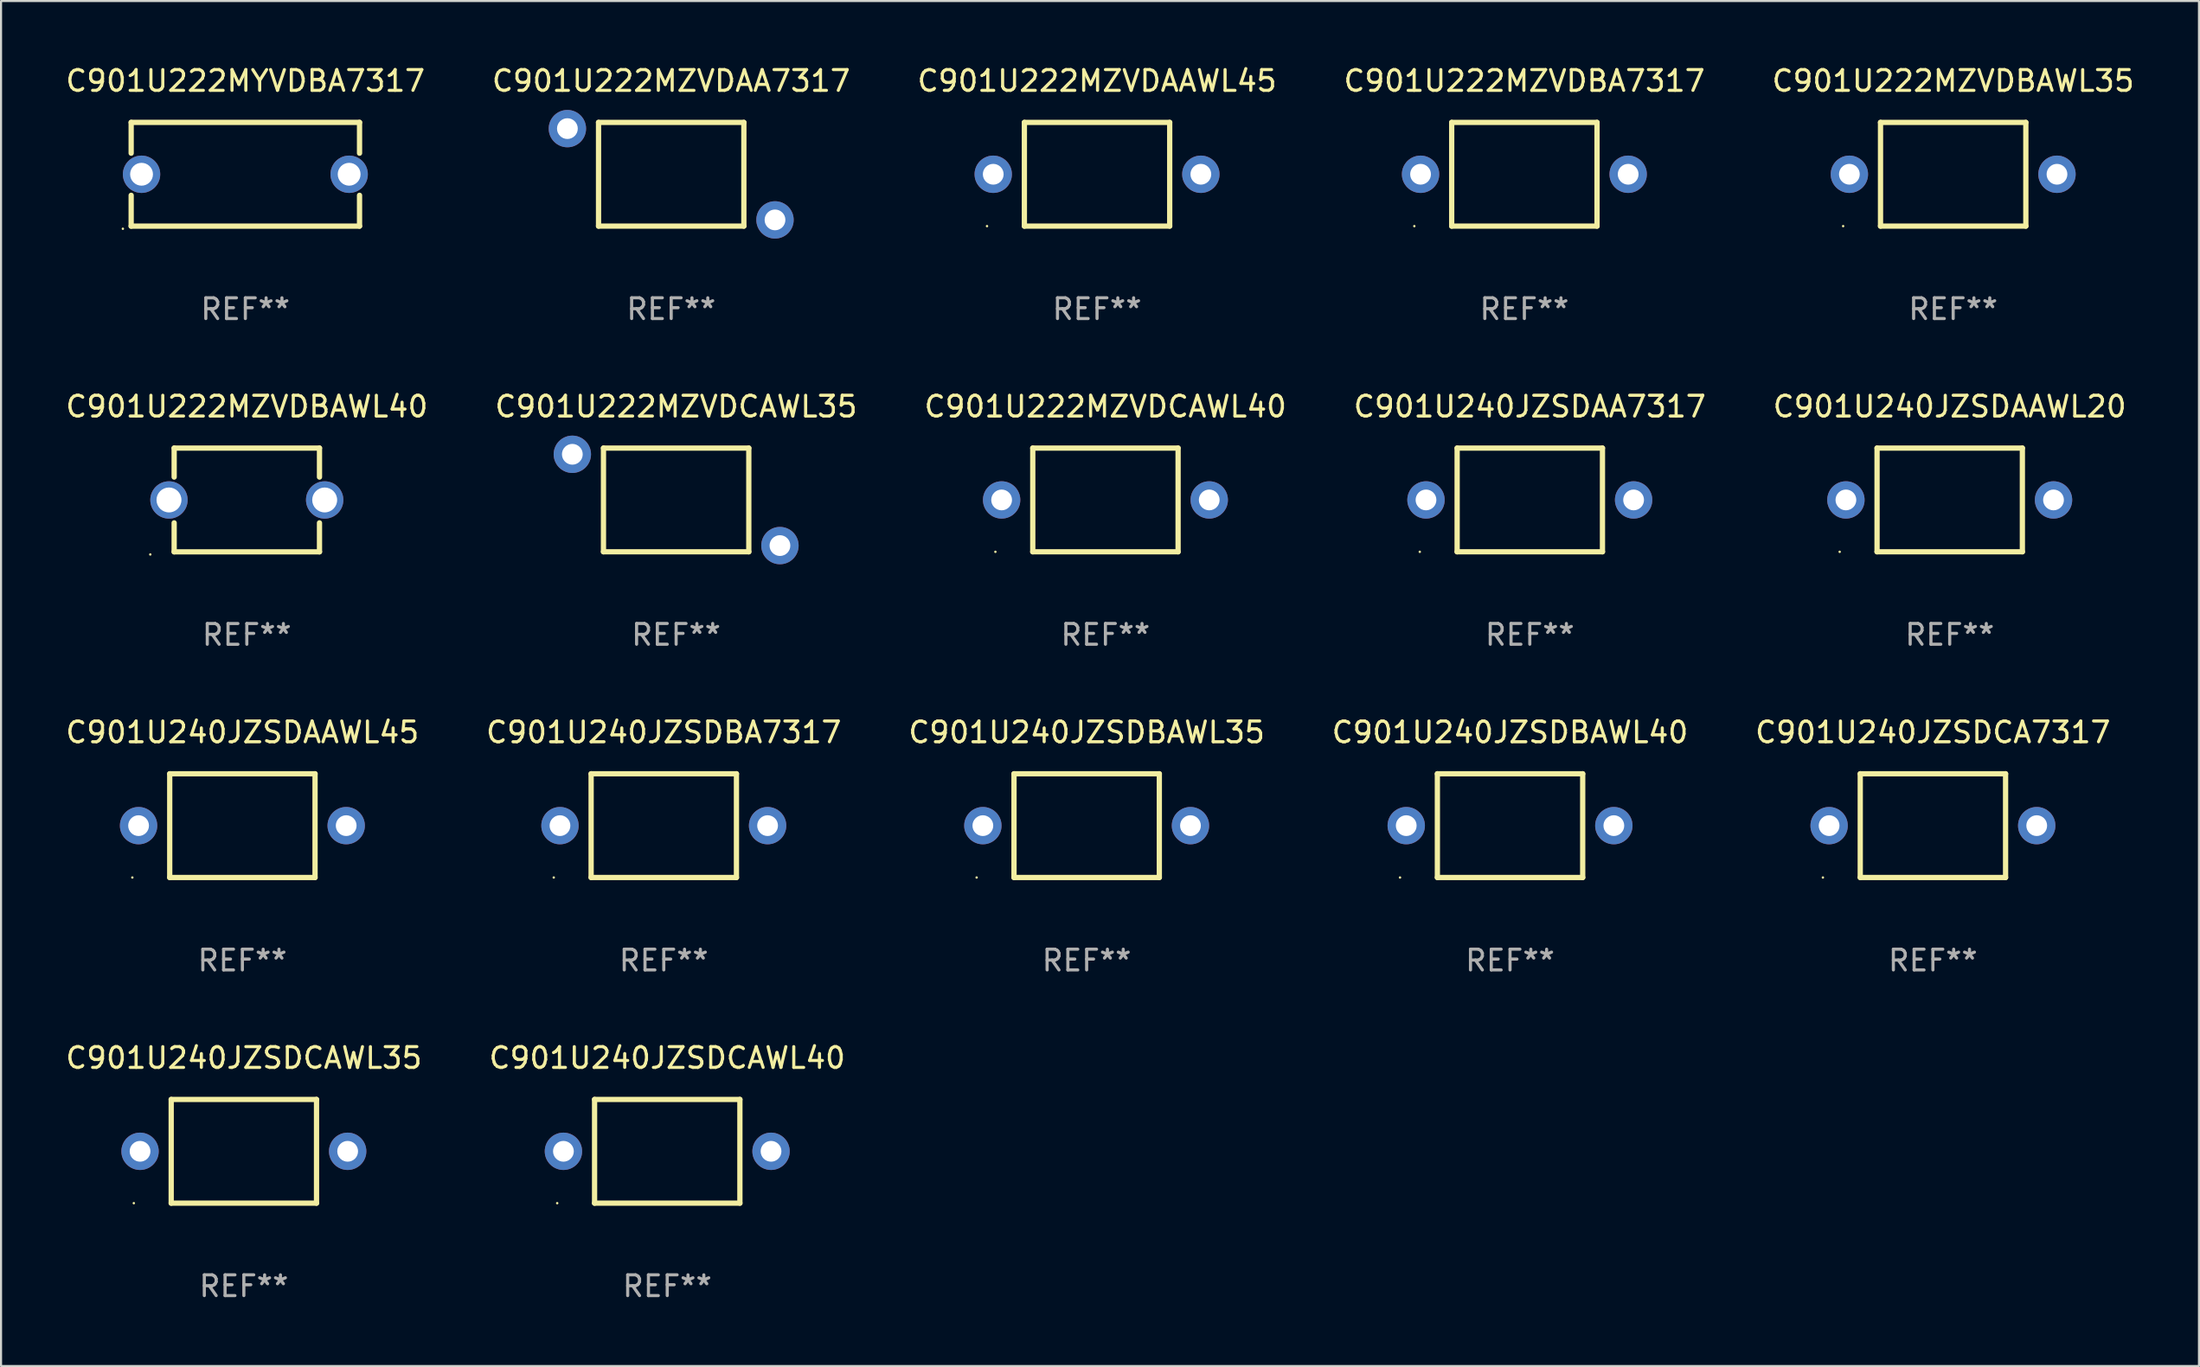
<source format=kicad_pcb>
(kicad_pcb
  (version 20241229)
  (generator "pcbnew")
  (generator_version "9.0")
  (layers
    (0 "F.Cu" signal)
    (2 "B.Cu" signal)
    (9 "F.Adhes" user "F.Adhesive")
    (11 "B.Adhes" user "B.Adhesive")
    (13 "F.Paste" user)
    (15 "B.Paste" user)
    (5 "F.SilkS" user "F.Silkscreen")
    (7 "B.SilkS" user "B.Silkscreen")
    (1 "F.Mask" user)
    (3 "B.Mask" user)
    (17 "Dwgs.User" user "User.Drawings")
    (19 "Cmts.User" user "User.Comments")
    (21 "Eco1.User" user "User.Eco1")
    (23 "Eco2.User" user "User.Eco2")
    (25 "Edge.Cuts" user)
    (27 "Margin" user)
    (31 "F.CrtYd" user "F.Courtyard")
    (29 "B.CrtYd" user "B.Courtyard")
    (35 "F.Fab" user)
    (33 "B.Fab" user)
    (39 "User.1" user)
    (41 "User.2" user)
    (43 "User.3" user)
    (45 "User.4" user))
  (footprint "C901U240JZSDBAWL40"
    (layer "F.Cu")
    (at 69.685 36.741)
    (property "Reference" "C901U240JZSDBAWL40" (at 0 -4.499 0) (layer "F.SilkS") (effects (font (size 1 1) (thickness 0.15))))
    (attr through_hole)
    (fp_line (start -3.5 -2.499) (end 3.5 -2.499) (stroke (width 0.254) (type solid)) (layer "F.SilkS"))
    (fp_line (start -3.5 2.499) (end -3.5 -2.499) (stroke (width 0.254) (type solid)) (layer "F.SilkS"))
    (fp_line (start 3.5 -2.499) (end 3.5 2.499) (stroke (width 0.254) (type solid)) (layer "F.SilkS"))
    (fp_line (start 3.5 2.499) (end -3.5 2.499) (stroke (width 0.254) (type solid)) (layer "F.SilkS"))
    (fp_circle (center -5.3 2.5) (end -5.27 2.5) (stroke (width 0.06) (type solid)) (fill no) (layer "F.SilkS"))
    (fp_text user "REF**" (at 0 6.499 0) (layer "F.Fab") (effects (font (size 1 1) (thickness 0.15))))
    (pad "1" thru_hole circle (at -5 0) (size 1.8 1.8) (drill 1) (layers "*.Cu" "*.Mask"))
    (pad "2" thru_hole circle (at 5 0) (size 1.8 1.8) (drill 1) (layers "*.Cu" "*.Mask")))
  (footprint "C901U222MZVDBAWL40"
    (layer "F.Cu")
    (at 8.839 21.045)
    (property "Reference" "C901U222MZVDBAWL40" (at 0 -4.5 0) (layer "F.SilkS") (effects (font (size 1 1) (thickness 0.15))))
    (attr through_hole)
    (fp_line (start -3.5 -2.5) (end -3.5 -1.103) (stroke (width 0.254) (type solid)) (layer "F.SilkS"))
    (fp_line (start -3.5 -2.5) (end 3.5 -2.5) (stroke (width 0.254) (type solid)) (layer "F.SilkS"))
    (fp_line (start -3.5 1.103) (end -3.5 2.5) (stroke (width 0.254) (type solid)) (layer "F.SilkS"))
    (fp_line (start 3.5 -2.5) (end 3.5 -1.103) (stroke (width 0.254) (type solid)) (layer "F.SilkS"))
    (fp_line (start 3.5 1.103) (end 3.5 2.5) (stroke (width 0.254) (type solid)) (layer "F.SilkS"))
    (fp_line (start 3.5 2.5) (end -3.5 2.5) (stroke (width 0.254) (type solid)) (layer "F.SilkS"))
    (fp_circle (center -4.65 2.627) (end -4.62 2.627) (stroke (width 0.06) (type solid)) (fill no) (layer "F.SilkS"))
    (fp_text user "REF**" (at 0 6.5 0) (layer "F.Fab") (effects (font (size 1 1) (thickness 0.15))))
    (pad "1" thru_hole circle (at -3.75 0) (size 1.8 1.8) (drill 1.2) (layers "*.Cu" "*.Mask"))
    (pad "2" thru_hole circle (at 3.75 0) (size 1.8 1.8) (drill 1.2) (layers "*.Cu" "*.Mask")))
  (footprint "C901U222MZVDCAWL35"
    (layer "F.Cu")
    (at 29.518 21.044)
    (property "Reference" "C901U222MZVDCAWL35" (at 0 -4.499 0) (layer "F.SilkS") (effects (font (size 1 1) (thickness 0.15))))
    (attr through_hole)
    (fp_line (start -3.5 -2.499) (end -3.5 2.499) (stroke (width 0.254) (type solid)) (layer "F.SilkS"))
    (fp_line (start -3.5 2.499) (end 3.5 2.499) (stroke (width 0.254) (type solid)) (layer "F.SilkS"))
    (fp_line (start 3.5 -2.499) (end -3.5 -2.499) (stroke (width 0.254) (type solid)) (layer "F.SilkS"))
    (fp_line (start 3.5 2.499) (end 3.5 -2.499) (stroke (width 0.254) (type solid)) (layer "F.SilkS"))
    (fp_circle (center -5.3 -2.502) (end -5.27 -2.502) (stroke (width 0.06) (type solid)) (fill no) (layer "F.SilkS"))
    (fp_text user "REF**" (at 0 6.499 0) (layer "F.Fab") (effects (font (size 1 1) (thickness 0.15))))
    (pad "1" thru_hole circle (at -5 -2.2) (size 1.8 1.8) (drill 1) (layers "*.Cu" "*.Mask"))
    (pad "2" thru_hole circle (at 5 2.2) (size 1.8 1.8) (drill 1) (layers "*.Cu" "*.Mask")))
  (footprint "C901U240JZSDBAWL35"
    (layer "F.Cu")
    (at 49.292 36.741)
    (property "Reference" "C901U240JZSDBAWL35" (at 0 -4.499 0) (layer "F.SilkS") (effects (font (size 1 1) (thickness 0.15))))
    (attr through_hole)
    (fp_line (start -3.5 -2.499) (end 3.5 -2.499) (stroke (width 0.254) (type solid)) (layer "F.SilkS"))
    (fp_line (start -3.5 2.499) (end -3.5 -2.499) (stroke (width 0.254) (type solid)) (layer "F.SilkS"))
    (fp_line (start 3.5 -2.499) (end 3.5 2.499) (stroke (width 0.254) (type solid)) (layer "F.SilkS"))
    (fp_line (start 3.5 2.499) (end -3.5 2.499) (stroke (width 0.254) (type solid)) (layer "F.SilkS"))
    (fp_circle (center -5.3 2.5) (end -5.27 2.5) (stroke (width 0.06) (type solid)) (fill no) (layer "F.SilkS"))
    (fp_text user "REF**" (at 0 6.499 0) (layer "F.Fab") (effects (font (size 1 1) (thickness 0.15))))
    (pad "1" thru_hole circle (at -5 0) (size 1.8 1.8) (drill 1) (layers "*.Cu" "*.Mask"))
    (pad "2" thru_hole circle (at 5 0) (size 1.8 1.8) (drill 1) (layers "*.Cu" "*.Mask")))
  (footprint "C901U240JZSDCAWL35"
    (layer "F.Cu")
    (at 8.696 52.436)
    (property "Reference" "C901U240JZSDCAWL35" (at 0 -4.499 0) (layer "F.SilkS") (effects (font (size 1 1) (thickness 0.15))))
    (attr through_hole)
    (fp_line (start -3.5 -2.499) (end 3.5 -2.499) (stroke (width 0.254) (type solid)) (layer "F.SilkS"))
    (fp_line (start -3.5 2.499) (end -3.5 -2.499) (stroke (width 0.254) (type solid)) (layer "F.SilkS"))
    (fp_line (start 3.5 -2.499) (end 3.5 2.499) (stroke (width 0.254) (type solid)) (layer "F.SilkS"))
    (fp_line (start 3.5 2.499) (end -3.5 2.499) (stroke (width 0.254) (type solid)) (layer "F.SilkS"))
    (fp_circle (center -5.3 2.5) (end -5.27 2.5) (stroke (width 0.06) (type solid)) (fill no) (layer "F.SilkS"))
    (fp_text user "REF**" (at 0 6.499 0) (layer "F.Fab") (effects (font (size 1 1) (thickness 0.15))))
    (pad "1" thru_hole circle (at -5 0) (size 1.8 1.8) (drill 1) (layers "*.Cu" "*.Mask"))
    (pad "2" thru_hole circle (at 5 0) (size 1.8 1.8) (drill 1) (layers "*.Cu" "*.Mask")))
  (footprint "C901U240JZSDAA7317"
    (layer "F.Cu")
    (at 70.637 21.044)
    (property "Reference" "C901U240JZSDAA7317" (at 0 -4.499 0) (layer "F.SilkS") (effects (font (size 1 1) (thickness 0.15))))
    (attr through_hole)
    (fp_line (start -3.5 -2.499) (end 3.5 -2.499) (stroke (width 0.254) (type solid)) (layer "F.SilkS"))
    (fp_line (start -3.5 2.499) (end -3.5 -2.499) (stroke (width 0.254) (type solid)) (layer "F.SilkS"))
    (fp_line (start 3.5 -2.499) (end 3.5 2.499) (stroke (width 0.254) (type solid)) (layer "F.SilkS"))
    (fp_line (start 3.5 2.499) (end -3.5 2.499) (stroke (width 0.254) (type solid)) (layer "F.SilkS"))
    (fp_circle (center -5.3 2.5) (end -5.27 2.5) (stroke (width 0.06) (type solid)) (fill no) (layer "F.SilkS"))
    (fp_text user "REF**" (at 0 6.499 0) (layer "F.Fab") (effects (font (size 1 1) (thickness 0.15))))
    (pad "1" thru_hole circle (at -5 0) (size 1.8 1.8) (drill 1) (layers "*.Cu" "*.Mask"))
    (pad "2" thru_hole circle (at 5 0) (size 1.8 1.8) (drill 1) (layers "*.Cu" "*.Mask")))
  (footprint "C901U222MZVDAAWL45"
    (layer "F.Cu")
    (at 49.792 5.348)
    (property "Reference" "C901U222MZVDAAWL45" (at 0 -4.499 0) (layer "F.SilkS") (effects (font (size 1 1) (thickness 0.15))))
    (attr through_hole)
    (fp_line (start -3.5 -2.499) (end 3.5 -2.499) (stroke (width 0.254) (type solid)) (layer "F.SilkS"))
    (fp_line (start -3.5 2.499) (end -3.5 -2.499) (stroke (width 0.254) (type solid)) (layer "F.SilkS"))
    (fp_line (start 3.5 -2.499) (end 3.5 2.499) (stroke (width 0.254) (type solid)) (layer "F.SilkS"))
    (fp_line (start 3.5 2.499) (end -3.5 2.499) (stroke (width 0.254) (type solid)) (layer "F.SilkS"))
    (fp_circle (center -5.3 2.5) (end -5.27 2.5) (stroke (width 0.06) (type solid)) (fill no) (layer "F.SilkS"))
    (fp_text user "REF**" (at 0 6.499 0) (layer "F.Fab") (effects (font (size 1 1) (thickness 0.15))))
    (pad "1" thru_hole circle (at -5 0) (size 1.8 1.8) (drill 1) (layers "*.Cu" "*.Mask"))
    (pad "2" thru_hole circle (at 5 0) (size 1.8 1.8) (drill 1) (layers "*.Cu" "*.Mask")))
  (footprint "C901U222MZVDCAWL40"
    (layer "F.Cu")
    (at 50.196 21.044)
    (property "Reference" "C901U222MZVDCAWL40" (at 0 -4.499 0) (layer "F.SilkS") (effects (font (size 1 1) (thickness 0.15))))
    (attr through_hole)
    (fp_line (start -3.5 -2.499) (end 3.5 -2.499) (stroke (width 0.254) (type solid)) (layer "F.SilkS"))
    (fp_line (start -3.5 2.499) (end -3.5 -2.499) (stroke (width 0.254) (type solid)) (layer "F.SilkS"))
    (fp_line (start 3.5 -2.499) (end 3.5 2.499) (stroke (width 0.254) (type solid)) (layer "F.SilkS"))
    (fp_line (start 3.5 2.499) (end -3.5 2.499) (stroke (width 0.254) (type solid)) (layer "F.SilkS"))
    (fp_circle (center -5.3 2.5) (end -5.27 2.5) (stroke (width 0.06) (type solid)) (fill no) (layer "F.SilkS"))
    (fp_text user "REF**" (at 0 6.499 0) (layer "F.Fab") (effects (font (size 1 1) (thickness 0.15))))
    (pad "1" thru_hole circle (at -5 0) (size 1.8 1.8) (drill 1) (layers "*.Cu" "*.Mask"))
    (pad "2" thru_hole circle (at 5 0) (size 1.8 1.8) (drill 1) (layers "*.Cu" "*.Mask")))
  (footprint "C901U222MYVDBA7317"
    (layer "F.Cu")
    (at 8.768 5.348)
    (property "Reference" "C901U222MYVDBA7317" (at 0 -4.5 0) (layer "F.SilkS") (effects (font (size 1 1) (thickness 0.15))))
    (attr through_hole)
    (fp_line (start -5.5 -2.5) (end -5.5 -1.014) (stroke (width 0.254) (type solid)) (layer "F.SilkS"))
    (fp_line (start -5.5 -2.5) (end 5.5 -2.5) (stroke (width 0.254) (type solid)) (layer "F.SilkS"))
    (fp_line (start -5.5 1.014) (end -5.5 2.5) (stroke (width 0.254) (type solid)) (layer "F.SilkS"))
    (fp_line (start 5.5 -1.014) (end 5.5 -2.5) (stroke (width 0.254) (type solid)) (layer "F.SilkS"))
    (fp_line (start 5.5 2.5) (end -5.5 2.5) (stroke (width 0.254) (type solid)) (layer "F.SilkS"))
    (fp_line (start 5.5 2.5) (end 5.5 1.014) (stroke (width 0.254) (type solid)) (layer "F.SilkS"))
    (fp_circle (center -5.9 2.627) (end -5.87 2.627) (stroke (width 0.06) (type solid)) (fill no) (layer "F.SilkS"))
    (fp_text user "REF**" (at 0 6.5 0) (layer "F.Fab") (effects (font (size 1 1) (thickness 0.15))))
    (pad "1" thru_hole circle (at -5 0) (size 1.8 1.8) (drill 1.1) (layers "*.Cu" "*.Mask"))
    (pad "2" thru_hole circle (at 5 0) (size 1.8 1.8) (drill 1.1) (layers "*.Cu" "*.Mask")))
  (footprint "C901U240JZSDAAWL20"
    (layer "F.Cu")
    (at 90.863 21.044)
    (property "Reference" "C901U240JZSDAAWL20" (at 0 -4.499 0) (layer "F.SilkS") (effects (font (size 1 1) (thickness 0.15))))
    (attr through_hole)
    (fp_line (start -3.5 -2.499) (end 3.5 -2.499) (stroke (width 0.254) (type solid)) (layer "F.SilkS"))
    (fp_line (start -3.5 2.499) (end -3.5 -2.499) (stroke (width 0.254) (type solid)) (layer "F.SilkS"))
    (fp_line (start 3.5 -2.499) (end 3.5 2.499) (stroke (width 0.254) (type solid)) (layer "F.SilkS"))
    (fp_line (start 3.5 2.499) (end -3.5 2.499) (stroke (width 0.254) (type solid)) (layer "F.SilkS"))
    (fp_circle (center -5.3 2.5) (end -5.27 2.5) (stroke (width 0.06) (type solid)) (fill no) (layer "F.SilkS"))
    (fp_text user "REF**" (at 0 6.499 0) (layer "F.Fab") (effects (font (size 1 1) (thickness 0.15))))
    (pad "1" thru_hole circle (at -5 0) (size 1.8 1.8) (drill 1) (layers "*.Cu" "*.Mask"))
    (pad "2" thru_hole circle (at 5 0) (size 1.8 1.8) (drill 1) (layers "*.Cu" "*.Mask")))
  (footprint "C901U240JZSDCAWL40"
    (layer "F.Cu")
    (at 29.089 52.436)
    (property "Reference" "C901U240JZSDCAWL40" (at 0 -4.499 0) (layer "F.SilkS") (effects (font (size 1 1) (thickness 0.15))))
    (attr through_hole)
    (fp_line (start -3.5 -2.499) (end 3.5 -2.499) (stroke (width 0.254) (type solid)) (layer "F.SilkS"))
    (fp_line (start -3.5 2.499) (end -3.5 -2.499) (stroke (width 0.254) (type solid)) (layer "F.SilkS"))
    (fp_line (start 3.5 -2.499) (end 3.5 2.499) (stroke (width 0.254) (type solid)) (layer "F.SilkS"))
    (fp_line (start 3.5 2.499) (end -3.5 2.499) (stroke (width 0.254) (type solid)) (layer "F.SilkS"))
    (fp_circle (center -5.3 2.5) (end -5.27 2.5) (stroke (width 0.06) (type solid)) (fill no) (layer "F.SilkS"))
    (fp_text user "REF**" (at 0 6.499 0) (layer "F.Fab") (effects (font (size 1 1) (thickness 0.15))))
    (pad "1" thru_hole circle (at -5 0) (size 1.8 1.8) (drill 1) (layers "*.Cu" "*.Mask"))
    (pad "2" thru_hole circle (at 5 0) (size 1.8 1.8) (drill 1) (layers "*.Cu" "*.Mask")))
  (footprint "C901U222MZVDBA7317"
    (layer "F.Cu")
    (at 70.375 5.348)
    (property "Reference" "C901U222MZVDBA7317" (at 0 -4.499 0) (layer "F.SilkS") (effects (font (size 1 1) (thickness 0.15))))
    (attr through_hole)
    (fp_line (start -3.5 -2.499) (end 3.5 -2.499) (stroke (width 0.254) (type solid)) (layer "F.SilkS"))
    (fp_line (start -3.5 2.499) (end -3.5 -2.499) (stroke (width 0.254) (type solid)) (layer "F.SilkS"))
    (fp_line (start 3.5 -2.499) (end 3.5 2.499) (stroke (width 0.254) (type solid)) (layer "F.SilkS"))
    (fp_line (start 3.5 2.499) (end -3.5 2.499) (stroke (width 0.254) (type solid)) (layer "F.SilkS"))
    (fp_circle (center -5.3 2.5) (end -5.27 2.5) (stroke (width 0.06) (type solid)) (fill no) (layer "F.SilkS"))
    (fp_text user "REF**" (at 0 6.499 0) (layer "F.Fab") (effects (font (size 1 1) (thickness 0.15))))
    (pad "1" thru_hole circle (at -5 0) (size 1.8 1.8) (drill 1) (layers "*.Cu" "*.Mask"))
    (pad "2" thru_hole circle (at 5 0) (size 1.8 1.8) (drill 1) (layers "*.Cu" "*.Mask")))
  (footprint "C901U240JZSDCA7317"
    (layer "F.Cu")
    (at 90.054 36.741)
    (property "Reference" "C901U240JZSDCA7317" (at 0 -4.499 0) (layer "F.SilkS") (effects (font (size 1 1) (thickness 0.15))))
    (attr through_hole)
    (fp_line (start -3.5 -2.499) (end 3.5 -2.499) (stroke (width 0.254) (type solid)) (layer "F.SilkS"))
    (fp_line (start -3.5 2.499) (end -3.5 -2.499) (stroke (width 0.254) (type solid)) (layer "F.SilkS"))
    (fp_line (start 3.5 -2.499) (end 3.5 2.499) (stroke (width 0.254) (type solid)) (layer "F.SilkS"))
    (fp_line (start 3.5 2.499) (end -3.5 2.499) (stroke (width 0.254) (type solid)) (layer "F.SilkS"))
    (fp_circle (center -5.3 2.5) (end -5.27 2.5) (stroke (width 0.06) (type solid)) (fill no) (layer "F.SilkS"))
    (fp_text user "REF**" (at 0 6.499 0) (layer "F.Fab") (effects (font (size 1 1) (thickness 0.15))))
    (pad "1" thru_hole circle (at -5 0) (size 1.8 1.8) (drill 1) (layers "*.Cu" "*.Mask"))
    (pad "2" thru_hole circle (at 5 0) (size 1.8 1.8) (drill 1) (layers "*.Cu" "*.Mask")))
  (footprint "C901U222MZVDBAWL35"
    (layer "F.Cu")
    (at 91.03 5.348)
    (property "Reference" "C901U222MZVDBAWL35" (at 0 -4.499 0) (layer "F.SilkS") (effects (font (size 1 1) (thickness 0.15))))
    (attr through_hole)
    (fp_line (start -3.5 -2.499) (end 3.5 -2.499) (stroke (width 0.254) (type solid)) (layer "F.SilkS"))
    (fp_line (start -3.5 2.499) (end -3.5 -2.499) (stroke (width 0.254) (type solid)) (layer "F.SilkS"))
    (fp_line (start 3.5 -2.499) (end 3.5 2.499) (stroke (width 0.254) (type solid)) (layer "F.SilkS"))
    (fp_line (start 3.5 2.499) (end -3.5 2.499) (stroke (width 0.254) (type solid)) (layer "F.SilkS"))
    (fp_circle (center -5.3 2.5) (end -5.27 2.5) (stroke (width 0.06) (type solid)) (fill no) (layer "F.SilkS"))
    (fp_text user "REF**" (at 0 6.499 0) (layer "F.Fab") (effects (font (size 1 1) (thickness 0.15))))
    (pad "1" thru_hole circle (at -5 0) (size 1.8 1.8) (drill 1) (layers "*.Cu" "*.Mask"))
    (pad "2" thru_hole circle (at 5 0) (size 1.8 1.8) (drill 1) (layers "*.Cu" "*.Mask")))
  (footprint "C901U240JZSDAAWL45"
    (layer "F.Cu")
    (at 8.625 36.741)
    (property "Reference" "C901U240JZSDAAWL45" (at 0 -4.499 0) (layer "F.SilkS") (effects (font (size 1 1) (thickness 0.15))))
    (attr through_hole)
    (fp_line (start -3.5 -2.499) (end 3.5 -2.499) (stroke (width 0.254) (type solid)) (layer "F.SilkS"))
    (fp_line (start -3.5 2.499) (end -3.5 -2.499) (stroke (width 0.254) (type solid)) (layer "F.SilkS"))
    (fp_line (start 3.5 -2.499) (end 3.5 2.499) (stroke (width 0.254) (type solid)) (layer "F.SilkS"))
    (fp_line (start 3.5 2.499) (end -3.5 2.499) (stroke (width 0.254) (type solid)) (layer "F.SilkS"))
    (fp_circle (center -5.3 2.5) (end -5.27 2.5) (stroke (width 0.06) (type solid)) (fill no) (layer "F.SilkS"))
    (fp_text user "REF**" (at 0 6.499 0) (layer "F.Fab") (effects (font (size 1 1) (thickness 0.15))))
    (pad "1" thru_hole circle (at -5 0) (size 1.8 1.8) (drill 1) (layers "*.Cu" "*.Mask"))
    (pad "2" thru_hole circle (at 5 0) (size 1.8 1.8) (drill 1) (layers "*.Cu" "*.Mask")))
  (footprint "C901U240JZSDBA7317"
    (layer "F.Cu")
    (at 28.923 36.741)
    (property "Reference" "C901U240JZSDBA7317" (at 0 -4.499 0) (layer "F.SilkS") (effects (font (size 1 1) (thickness 0.15))))
    (attr through_hole)
    (fp_line (start -3.5 -2.499) (end 3.5 -2.499) (stroke (width 0.254) (type solid)) (layer "F.SilkS"))
    (fp_line (start -3.5 2.499) (end -3.5 -2.499) (stroke (width 0.254) (type solid)) (layer "F.SilkS"))
    (fp_line (start 3.5 -2.499) (end 3.5 2.499) (stroke (width 0.254) (type solid)) (layer "F.SilkS"))
    (fp_line (start 3.5 2.499) (end -3.5 2.499) (stroke (width 0.254) (type solid)) (layer "F.SilkS"))
    (fp_circle (center -5.3 2.5) (end -5.27 2.5) (stroke (width 0.06) (type solid)) (fill no) (layer "F.SilkS"))
    (fp_text user "REF**" (at 0 6.499 0) (layer "F.Fab") (effects (font (size 1 1) (thickness 0.15))))
    (pad "1" thru_hole circle (at -5 0) (size 1.8 1.8) (drill 1) (layers "*.Cu" "*.Mask"))
    (pad "2" thru_hole circle (at 5 0) (size 1.8 1.8) (drill 1) (layers "*.Cu" "*.Mask")))
  (footprint "C901U222MZVDAA7317"
    (layer "F.Cu")
    (at 29.28 5.348)
    (property "Reference" "C901U222MZVDAA7317" (at 0 -4.499 0) (layer "F.SilkS") (effects (font (size 1 1) (thickness 0.15))))
    (attr through_hole)
    (fp_line (start -3.5 -2.499) (end -3.5 2.499) (stroke (width 0.254) (type solid)) (layer "F.SilkS"))
    (fp_line (start -3.5 2.499) (end 3.5 2.499) (stroke (width 0.254) (type solid)) (layer "F.SilkS"))
    (fp_line (start 3.5 -2.499) (end -3.5 -2.499) (stroke (width 0.254) (type solid)) (layer "F.SilkS"))
    (fp_line (start 3.5 2.499) (end 3.5 -2.499) (stroke (width 0.254) (type solid)) (layer "F.SilkS"))
    (fp_circle (center -5.3 -2.502) (end -5.27 -2.502) (stroke (width 0.06) (type solid)) (fill no) (layer "F.SilkS"))
    (fp_text user "REF**" (at 0 6.499 0) (layer "F.Fab") (effects (font (size 1 1) (thickness 0.15))))
    (pad "1" thru_hole circle (at -5 -2.2) (size 1.8 1.8) (drill 1) (layers "*.Cu" "*.Mask"))
    (pad "2" thru_hole circle (at 5 2.2) (size 1.8 1.8) (drill 1) (layers "*.Cu" "*.Mask")))
  (gr_rect
    (start -3 -3)
    (end 102.869 62.783)
    (stroke (width 0.1) (type default))
    (fill no)
    (layer "Edge.Cuts")))
</source>
